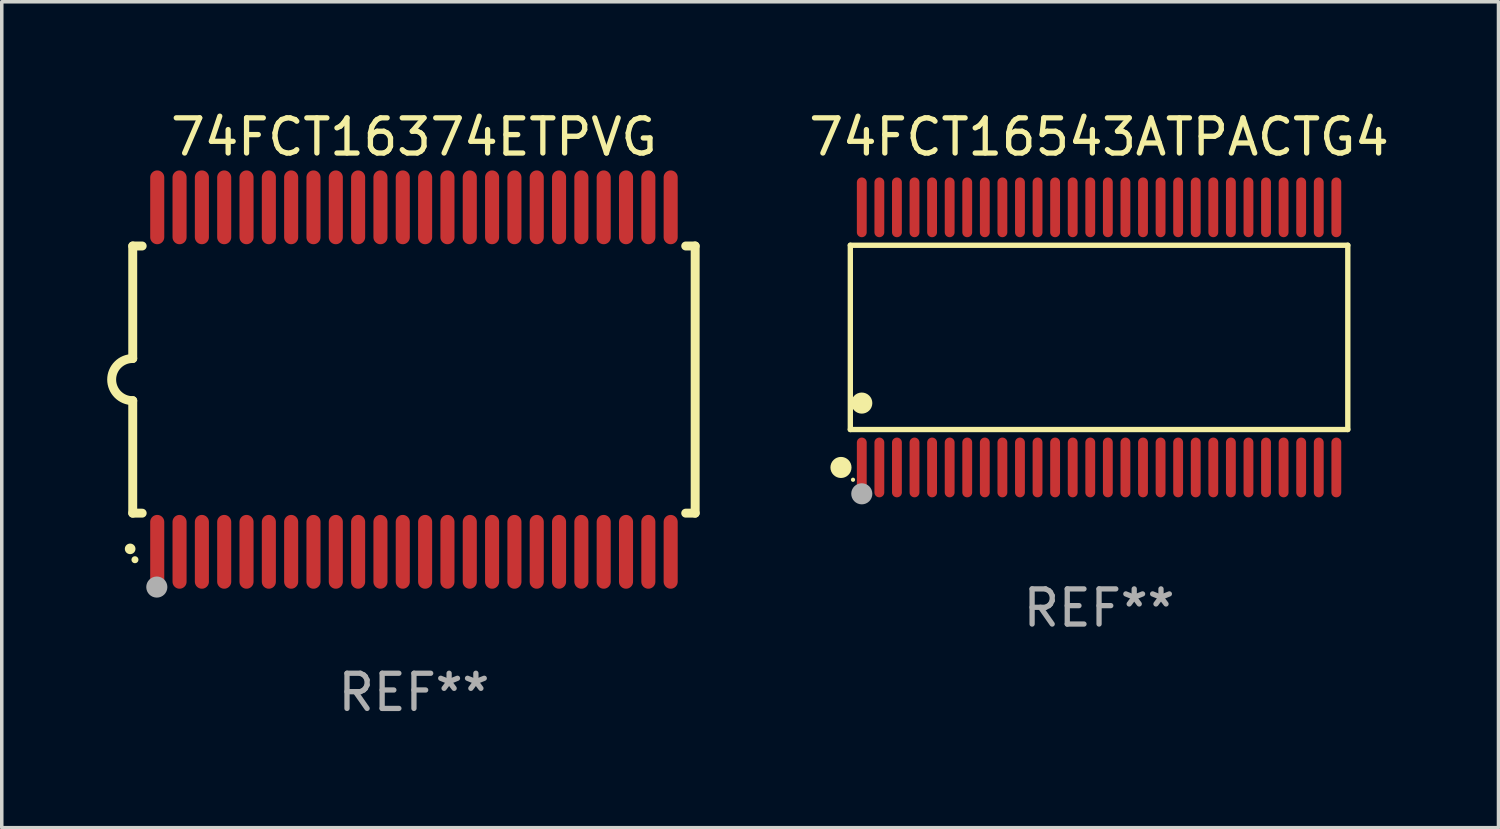
<source format=kicad_pcb>
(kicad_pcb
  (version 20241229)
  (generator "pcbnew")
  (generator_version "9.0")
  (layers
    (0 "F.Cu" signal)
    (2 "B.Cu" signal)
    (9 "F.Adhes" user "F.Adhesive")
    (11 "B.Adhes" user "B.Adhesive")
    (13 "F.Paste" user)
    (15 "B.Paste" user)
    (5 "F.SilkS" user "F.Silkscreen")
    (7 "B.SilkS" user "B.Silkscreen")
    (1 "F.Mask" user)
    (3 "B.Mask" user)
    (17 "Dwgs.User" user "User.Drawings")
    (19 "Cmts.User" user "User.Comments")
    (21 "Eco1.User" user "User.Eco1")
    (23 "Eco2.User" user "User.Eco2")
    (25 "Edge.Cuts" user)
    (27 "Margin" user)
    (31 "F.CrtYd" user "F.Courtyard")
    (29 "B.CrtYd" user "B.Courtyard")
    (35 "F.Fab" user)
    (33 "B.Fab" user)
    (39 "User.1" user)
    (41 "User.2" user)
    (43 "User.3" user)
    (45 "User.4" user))
  (footprint "74FCT16543ATPACTG4"
    (layer "F.Cu")
    (at 28.216 6.548)
    (property "Reference" "74FCT16543ATPACTG4" (at 0 -5.7 0) (layer "F.SilkS") (effects (font (size 1 1) (thickness 0.15))))
    (attr through_hole)
    (fp_line (start -7.076 -2.621) (end 7.076 -2.621) (stroke (width 0.152) (type solid)) (layer "F.SilkS"))
    (fp_line (start -7.076 2.621) (end -7.076 -2.621) (stroke (width 0.152) (type solid)) (layer "F.SilkS"))
    (fp_line (start 7.076 -2.621) (end 7.076 2.621) (stroke (width 0.152) (type solid)) (layer "F.SilkS"))
    (fp_line (start 7.076 2.621) (end -7.076 2.621) (stroke (width 0.152) (type solid)) (layer "F.SilkS"))
    (fp_circle (center -7.342 3.7) (end -7.192 3.7) (stroke (width 0.3) (type solid)) (fill no) (layer "F.SilkS"))
    (fp_circle (center -7 4.05) (end -6.97 4.05) (stroke (width 0.06) (type solid)) (fill no) (layer "F.SilkS"))
    (fp_circle (center -6.75 1.869) (end -6.6 1.869) (stroke (width 0.3) (type solid)) (fill no) (layer "F.SilkS"))
    (fp_circle (center -6.75 4.45) (end -6.6 4.45) (stroke (width 0.3) (type solid)) (fill no) (layer "F.Fab"))
    (fp_text user "REF**" (at 0 7.7 0) (layer "F.Fab") (effects (font (size 1 1) (thickness 0.15))))
    (pad "1" smd oval (at -6.75 3.7) (size 0.28 1.7) (layers "F.Cu" "F.Mask" "F.Paste"))
    (pad "2" smd oval (at -6.25 3.7) (size 0.28 1.7) (layers "F.Cu" "F.Mask" "F.Paste"))
    (pad "3" smd oval (at -5.75 3.7) (size 0.28 1.7) (layers "F.Cu" "F.Mask" "F.Paste"))
    (pad "4" smd oval (at -5.25 3.7) (size 0.28 1.7) (layers "F.Cu" "F.Mask" "F.Paste"))
    (pad "5" smd oval (at -4.75 3.7) (size 0.28 1.7) (layers "F.Cu" "F.Mask" "F.Paste"))
    (pad "6" smd oval (at -4.25 3.7) (size 0.28 1.7) (layers "F.Cu" "F.Mask" "F.Paste"))
    (pad "7" smd oval (at -3.75 3.7) (size 0.28 1.7) (layers "F.Cu" "F.Mask" "F.Paste"))
    (pad "8" smd oval (at -3.25 3.7) (size 0.28 1.7) (layers "F.Cu" "F.Mask" "F.Paste"))
    (pad "9" smd oval (at -2.75 3.7) (size 0.28 1.7) (layers "F.Cu" "F.Mask" "F.Paste"))
    (pad "10" smd oval (at -2.25 3.7) (size 0.28 1.7) (layers "F.Cu" "F.Mask" "F.Paste"))
    (pad "11" smd oval (at -1.75 3.7) (size 0.28 1.7) (layers "F.Cu" "F.Mask" "F.Paste"))
    (pad "12" smd oval (at -1.25 3.7) (size 0.28 1.7) (layers "F.Cu" "F.Mask" "F.Paste"))
    (pad "13" smd oval (at -0.75 3.7) (size 0.28 1.7) (layers "F.Cu" "F.Mask" "F.Paste"))
    (pad "14" smd oval (at -0.25 3.7) (size 0.28 1.7) (layers "F.Cu" "F.Mask" "F.Paste"))
    (pad "15" smd oval (at 0.25 3.7) (size 0.28 1.7) (layers "F.Cu" "F.Mask" "F.Paste"))
    (pad "16" smd oval (at 0.75 3.7) (size 0.28 1.7) (layers "F.Cu" "F.Mask" "F.Paste"))
    (pad "17" smd oval (at 1.25 3.7) (size 0.28 1.7) (layers "F.Cu" "F.Mask" "F.Paste"))
    (pad "18" smd oval (at 1.75 3.7) (size 0.28 1.7) (layers "F.Cu" "F.Mask" "F.Paste"))
    (pad "19" smd oval (at 2.25 3.7) (size 0.28 1.7) (layers "F.Cu" "F.Mask" "F.Paste"))
    (pad "20" smd oval (at 2.75 3.7) (size 0.28 1.7) (layers "F.Cu" "F.Mask" "F.Paste"))
    (pad "21" smd oval (at 3.25 3.7) (size 0.28 1.7) (layers "F.Cu" "F.Mask" "F.Paste"))
    (pad "22" smd oval (at 3.75 3.7) (size 0.28 1.7) (layers "F.Cu" "F.Mask" "F.Paste"))
    (pad "23" smd oval (at 4.25 3.7) (size 0.28 1.7) (layers "F.Cu" "F.Mask" "F.Paste"))
    (pad "24" smd oval (at 4.75 3.7) (size 0.28 1.7) (layers "F.Cu" "F.Mask" "F.Paste"))
    (pad "25" smd oval (at 5.25 3.7) (size 0.28 1.7) (layers "F.Cu" "F.Mask" "F.Paste"))
    (pad "26" smd oval (at 5.75 3.7) (size 0.28 1.7) (layers "F.Cu" "F.Mask" "F.Paste"))
    (pad "27" smd oval (at 6.25 3.7) (size 0.28 1.7) (layers "F.Cu" "F.Mask" "F.Paste"))
    (pad "28" smd oval (at 6.75 3.7) (size 0.28 1.7) (layers "F.Cu" "F.Mask" "F.Paste"))
    (pad "29" smd oval (at 6.75 -3.7) (size 0.28 1.7) (layers "F.Cu" "F.Mask" "F.Paste"))
    (pad "30" smd oval (at 6.25 -3.7) (size 0.28 1.7) (layers "F.Cu" "F.Mask" "F.Paste"))
    (pad "31" smd oval (at 5.75 -3.7) (size 0.28 1.7) (layers "F.Cu" "F.Mask" "F.Paste"))
    (pad "32" smd oval (at 5.25 -3.7) (size 0.28 1.7) (layers "F.Cu" "F.Mask" "F.Paste"))
    (pad "33" smd oval (at 4.75 -3.7) (size 0.28 1.7) (layers "F.Cu" "F.Mask" "F.Paste"))
    (pad "34" smd oval (at 4.25 -3.7) (size 0.28 1.7) (layers "F.Cu" "F.Mask" "F.Paste"))
    (pad "35" smd oval (at 3.75 -3.7) (size 0.28 1.7) (layers "F.Cu" "F.Mask" "F.Paste"))
    (pad "36" smd oval (at 3.25 -3.7) (size 0.28 1.7) (layers "F.Cu" "F.Mask" "F.Paste"))
    (pad "37" smd oval (at 2.75 -3.7) (size 0.28 1.7) (layers "F.Cu" "F.Mask" "F.Paste"))
    (pad "38" smd oval (at 2.25 -3.7) (size 0.28 1.7) (layers "F.Cu" "F.Mask" "F.Paste"))
    (pad "39" smd oval (at 1.75 -3.7) (size 0.28 1.7) (layers "F.Cu" "F.Mask" "F.Paste"))
    (pad "40" smd oval (at 1.25 -3.7) (size 0.28 1.7) (layers "F.Cu" "F.Mask" "F.Paste"))
    (pad "41" smd oval (at 0.75 -3.7) (size 0.28 1.7) (layers "F.Cu" "F.Mask" "F.Paste"))
    (pad "42" smd oval (at 0.25 -3.7) (size 0.28 1.7) (layers "F.Cu" "F.Mask" "F.Paste"))
    (pad "43" smd oval (at -0.25 -3.7) (size 0.28 1.7) (layers "F.Cu" "F.Mask" "F.Paste"))
    (pad "44" smd oval (at -0.75 -3.7) (size 0.28 1.7) (layers "F.Cu" "F.Mask" "F.Paste"))
    (pad "45" smd oval (at -1.25 -3.7) (size 0.28 1.7) (layers "F.Cu" "F.Mask" "F.Paste"))
    (pad "46" smd oval (at -1.75 -3.7) (size 0.28 1.7) (layers "F.Cu" "F.Mask" "F.Paste"))
    (pad "47" smd oval (at -2.25 -3.7) (size 0.28 1.7) (layers "F.Cu" "F.Mask" "F.Paste"))
    (pad "48" smd oval (at -2.75 -3.7) (size 0.28 1.7) (layers "F.Cu" "F.Mask" "F.Paste"))
    (pad "49" smd oval (at -3.25 -3.7) (size 0.28 1.7) (layers "F.Cu" "F.Mask" "F.Paste"))
    (pad "50" smd oval (at -3.75 -3.7) (size 0.28 1.7) (layers "F.Cu" "F.Mask" "F.Paste"))
    (pad "51" smd oval (at -4.25 -3.7) (size 0.28 1.7) (layers "F.Cu" "F.Mask" "F.Paste"))
    (pad "52" smd oval (at -4.75 -3.7) (size 0.28 1.7) (layers "F.Cu" "F.Mask" "F.Paste"))
    (pad "53" smd oval (at -5.25 -3.7) (size 0.28 1.7) (layers "F.Cu" "F.Mask" "F.Paste"))
    (pad "54" smd oval (at -5.75 -3.7) (size 0.28 1.7) (layers "F.Cu" "F.Mask" "F.Paste"))
    (pad "55" smd oval (at -6.25 -3.7) (size 0.28 1.7) (layers "F.Cu" "F.Mask" "F.Paste"))
    (pad "56" smd oval (at -6.75 -3.7) (size 0.28 1.7) (layers "F.Cu" "F.Mask" "F.Paste")))
  (footprint "74FCT16374ETPVG"
    (layer "F.Cu")
    (at 8.726 7.748)
    (property "Reference" "74FCT16374ETPVG" (at 0 -6.9 0) (layer "F.SilkS") (effects (font (size 1 1) (thickness 0.15))))
    (attr through_hole)
    (fp_line (start -8 -3.8) (end -8 -0.599) (stroke (width 0.254) (type solid)) (layer "F.SilkS"))
    (fp_line (start -8 -3.8) (end -7.731 -3.8) (stroke (width 0.254) (type solid)) (layer "F.SilkS"))
    (fp_line (start -8 3.8) (end -8 0.599) (stroke (width 0.254) (type solid)) (layer "F.SilkS"))
    (fp_line (start -7.731 3.8) (end -8 3.8) (stroke (width 0.254) (type solid)) (layer "F.SilkS"))
    (fp_line (start 7.731 -3.8) (end 8 -3.8) (stroke (width 0.254) (type solid)) (layer "F.SilkS"))
    (fp_line (start 8 -3.8) (end 8 3.8) (stroke (width 0.254) (type solid)) (layer "F.SilkS"))
    (fp_line (start 8 3.8) (end 7.731 3.8) (stroke (width 0.254) (type solid)) (layer "F.SilkS"))
    (fp_arc (start -8.074676 4.81585) (mid -8.073406 4.815845) (end -8.072136 4.81585) (stroke (width 0.3) (type solid)) (layer "F.SilkS"))
    (fp_arc (start -8.000025 0.6) (mid -8.598908 0.00056) (end -8.000027 -0.598882) (stroke (width 0.254001) (type solid)) (layer "F.SilkS"))
    (fp_circle (center -7.937 5.125) (end -7.887 5.125) (stroke (width 0.1) (type solid)) (fill no) (layer "F.SilkS"))
    (fp_circle (center -7.315 5.903) (end -7.165 5.903) (stroke (width 0.3) (type solid)) (fill no) (layer "F.Fab"))
    (fp_text user "REF**" (at 0 8.9 0) (layer "F.Fab") (effects (font (size 1 1) (thickness 0.15))))
    (pad "1" smd oval (at -7.303 4.9) (size 0.4 2.1) (layers "F.Cu" "F.Mask" "F.Paste"))
    (pad "2" smd oval (at -6.668 4.9) (size 0.4 2.1) (layers "F.Cu" "F.Mask" "F.Paste"))
    (pad "3" smd oval (at -6.033 4.9) (size 0.4 2.1) (layers "F.Cu" "F.Mask" "F.Paste"))
    (pad "4" smd oval (at -5.398 4.9) (size 0.4 2.1) (layers "F.Cu" "F.Mask" "F.Paste"))
    (pad "5" smd oval (at -4.763 4.9) (size 0.4 2.1) (layers "F.Cu" "F.Mask" "F.Paste"))
    (pad "6" smd oval (at -4.128 4.9) (size 0.4 2.1) (layers "F.Cu" "F.Mask" "F.Paste"))
    (pad "7" smd oval (at -3.493 4.9) (size 0.4 2.1) (layers "F.Cu" "F.Mask" "F.Paste"))
    (pad "8" smd oval (at -2.858 4.9) (size 0.4 2.1) (layers "F.Cu" "F.Mask" "F.Paste"))
    (pad "9" smd oval (at -2.223 4.9) (size 0.4 2.1) (layers "F.Cu" "F.Mask" "F.Paste"))
    (pad "10" smd oval (at -1.588 4.9) (size 0.4 2.1) (layers "F.Cu" "F.Mask" "F.Paste"))
    (pad "11" smd oval (at -0.953 4.9) (size 0.4 2.1) (layers "F.Cu" "F.Mask" "F.Paste"))
    (pad "12" smd oval (at -0.318 4.9) (size 0.4 2.1) (layers "F.Cu" "F.Mask" "F.Paste"))
    (pad "13" smd oval (at 0.318 4.9) (size 0.4 2.1) (layers "F.Cu" "F.Mask" "F.Paste"))
    (pad "14" smd oval (at 0.953 4.9) (size 0.4 2.1) (layers "F.Cu" "F.Mask" "F.Paste"))
    (pad "15" smd oval (at 1.588 4.9) (size 0.4 2.1) (layers "F.Cu" "F.Mask" "F.Paste"))
    (pad "16" smd oval (at 2.223 4.9) (size 0.4 2.1) (layers "F.Cu" "F.Mask" "F.Paste"))
    (pad "17" smd oval (at 2.858 4.9) (size 0.4 2.1) (layers "F.Cu" "F.Mask" "F.Paste"))
    (pad "18" smd oval (at 3.493 4.9) (size 0.4 2.1) (layers "F.Cu" "F.Mask" "F.Paste"))
    (pad "19" smd oval (at 4.128 4.9) (size 0.4 2.1) (layers "F.Cu" "F.Mask" "F.Paste"))
    (pad "20" smd oval (at 4.763 4.9) (size 0.4 2.1) (layers "F.Cu" "F.Mask" "F.Paste"))
    (pad "21" smd oval (at 5.398 4.9) (size 0.4 2.1) (layers "F.Cu" "F.Mask" "F.Paste"))
    (pad "22" smd oval (at 6.033 4.9) (size 0.4 2.1) (layers "F.Cu" "F.Mask" "F.Paste"))
    (pad "23" smd oval (at 6.668 4.9) (size 0.4 2.1) (layers "F.Cu" "F.Mask" "F.Paste"))
    (pad "24" smd oval (at 7.303 4.9) (size 0.4 2.1) (layers "F.Cu" "F.Mask" "F.Paste"))
    (pad "25" smd oval (at 7.303 -4.9 180) (size 0.4 2.1) (layers "F.Cu" "F.Mask" "F.Paste"))
    (pad "26" smd oval (at 6.668 -4.9 180) (size 0.4 2.1) (layers "F.Cu" "F.Mask" "F.Paste"))
    (pad "27" smd oval (at 6.033 -4.9 180) (size 0.4 2.1) (layers "F.Cu" "F.Mask" "F.Paste"))
    (pad "28" smd oval (at 5.398 -4.9 180) (size 0.4 2.1) (layers "F.Cu" "F.Mask" "F.Paste"))
    (pad "29" smd oval (at 4.763 -4.9 180) (size 0.4 2.1) (layers "F.Cu" "F.Mask" "F.Paste"))
    (pad "30" smd oval (at 4.128 -4.9 180) (size 0.4 2.1) (layers "F.Cu" "F.Mask" "F.Paste"))
    (pad "31" smd oval (at 3.493 -4.9 180) (size 0.4 2.1) (layers "F.Cu" "F.Mask" "F.Paste"))
    (pad "32" smd oval (at 2.858 -4.9 180) (size 0.4 2.1) (layers "F.Cu" "F.Mask" "F.Paste"))
    (pad "33" smd oval (at 2.223 -4.9 180) (size 0.4 2.1) (layers "F.Cu" "F.Mask" "F.Paste"))
    (pad "34" smd oval (at 1.588 -4.9 180) (size 0.4 2.1) (layers "F.Cu" "F.Mask" "F.Paste"))
    (pad "35" smd oval (at 0.953 -4.9 180) (size 0.4 2.1) (layers "F.Cu" "F.Mask" "F.Paste"))
    (pad "36" smd oval (at 0.318 -4.9 180) (size 0.4 2.1) (layers "F.Cu" "F.Mask" "F.Paste"))
    (pad "37" smd oval (at -0.318 -4.9 180) (size 0.4 2.1) (layers "F.Cu" "F.Mask" "F.Paste"))
    (pad "38" smd oval (at -0.953 -4.9 180) (size 0.4 2.1) (layers "F.Cu" "F.Mask" "F.Paste"))
    (pad "39" smd oval (at -1.588 -4.9 180) (size 0.4 2.1) (layers "F.Cu" "F.Mask" "F.Paste"))
    (pad "40" smd oval (at -2.223 -4.9 180) (size 0.4 2.1) (layers "F.Cu" "F.Mask" "F.Paste"))
    (pad "41" smd oval (at -2.858 -4.9 180) (size 0.4 2.1) (layers "F.Cu" "F.Mask" "F.Paste"))
    (pad "42" smd oval (at -3.493 -4.9 180) (size 0.4 2.1) (layers "F.Cu" "F.Mask" "F.Paste"))
    (pad "43" smd oval (at -4.128 -4.9 180) (size 0.4 2.1) (layers "F.Cu" "F.Mask" "F.Paste"))
    (pad "44" smd oval (at -4.763 -4.9 180) (size 0.4 2.1) (layers "F.Cu" "F.Mask" "F.Paste"))
    (pad "45" smd oval (at -5.398 -4.9 180) (size 0.4 2.1) (layers "F.Cu" "F.Mask" "F.Paste"))
    (pad "46" smd oval (at -6.033 -4.9 180) (size 0.4 2.1) (layers "F.Cu" "F.Mask" "F.Paste"))
    (pad "47" smd oval (at -6.668 -4.9 180) (size 0.4 2.1) (layers "F.Cu" "F.Mask" "F.Paste"))
    (pad "48" smd oval (at -7.303 -4.9 180) (size 0.4 2.1) (layers "F.Cu" "F.Mask" "F.Paste")))
  (gr_rect
    (start -3 -3)
    (end 39.579 20.496)
    (stroke (width 0.1) (type default))
    (fill no)
    (layer "Edge.Cuts")))
</source>
